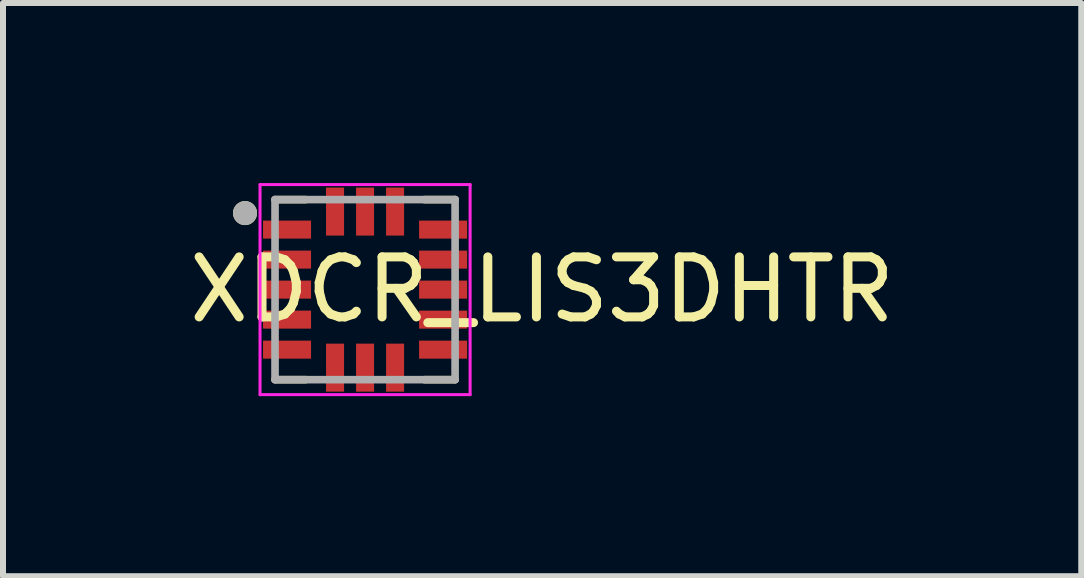
<source format=kicad_pcb>
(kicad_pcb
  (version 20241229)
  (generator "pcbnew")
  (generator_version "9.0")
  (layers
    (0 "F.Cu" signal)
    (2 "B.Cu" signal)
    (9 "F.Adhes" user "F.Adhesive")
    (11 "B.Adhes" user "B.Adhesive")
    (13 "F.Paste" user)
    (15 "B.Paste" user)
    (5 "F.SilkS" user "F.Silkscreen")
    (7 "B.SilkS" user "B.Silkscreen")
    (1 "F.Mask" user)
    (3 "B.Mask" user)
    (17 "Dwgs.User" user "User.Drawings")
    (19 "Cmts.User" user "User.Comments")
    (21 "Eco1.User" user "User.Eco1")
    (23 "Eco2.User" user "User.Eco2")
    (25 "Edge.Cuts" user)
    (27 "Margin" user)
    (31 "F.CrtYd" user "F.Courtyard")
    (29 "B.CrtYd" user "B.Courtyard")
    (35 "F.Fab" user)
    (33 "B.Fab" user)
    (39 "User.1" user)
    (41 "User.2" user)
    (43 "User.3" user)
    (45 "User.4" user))
  (footprint "XDCR_LIS3DHTR"
    (layer "F.Cu")
    (at 3.032 1.775)
    (property "Reference" "XDCR_LIS3DHTR" (at 2.95 0 180) (layer "F.SilkS") (effects (font (size 1 1) (thickness 0.15))))
    (attr smd)
    (fp_line (start -1.5 1.5) (end -0.99 1.5) (stroke (width 0.127) (type solid)) (layer "F.SilkS"))
    (fp_line (start -0.99 -1.5) (end -1.5 -1.5) (stroke (width 0.127) (type solid)) (layer "F.SilkS"))
    (fp_line (start 0.99 -1.5) (end 1.5 -1.5) (stroke (width 0.127) (type solid)) (layer "F.SilkS"))
    (fp_line (start 0.99 1.5) (end 1.5 1.5) (stroke (width 0.127) (type solid)) (layer "F.SilkS"))
    (fp_circle (center -2 -1.275) (end -1.9 -1.275) (stroke (width 0.2) (type solid)) (fill no) (layer "F.SilkS"))
    (fp_line (start -1.75 -1.75) (end -1.75 1.75) (stroke (width 0.05) (type solid)) (layer "F.CrtYd"))
    (fp_line (start -1.75 1.75) (end 1.75 1.75) (stroke (width 0.05) (type solid)) (layer "F.CrtYd"))
    (fp_line (start 1.75 -1.75) (end -1.75 -1.75) (stroke (width 0.05) (type solid)) (layer "F.CrtYd"))
    (fp_line (start 1.75 1.75) (end 1.75 -1.75) (stroke (width 0.05) (type solid)) (layer "F.CrtYd"))
    (fp_line (start -1.5 -1.5) (end -1.5 1.5) (stroke (width 0.127) (type solid)) (layer "F.Fab"))
    (fp_line (start -1.5 1.5) (end 1.5 1.5) (stroke (width 0.127) (type solid)) (layer "F.Fab"))
    (fp_line (start 1.5 -1.5) (end -1.5 -1.5) (stroke (width 0.127) (type solid)) (layer "F.Fab"))
    (fp_line (start 1.5 1.5) (end 1.5 -1.5) (stroke (width 0.127) (type solid)) (layer "F.Fab"))
    (fp_circle (center -2 -1.275) (end -1.9 -1.275) (stroke (width 0.2) (type solid)) (fill no) (layer "F.Fab"))
    (pad "1" smd rect (at -1.3 -1 180) (size 0.8 0.3) (layers "F.Cu" "F.Mask" "F.Paste"))
    (pad "2" smd rect (at -1.3 -0.5 180) (size 0.8 0.3) (layers "F.Cu" "F.Mask" "F.Paste"))
    (pad "3" smd rect (at -1.3 0 180) (size 0.8 0.3) (layers "F.Cu" "F.Mask" "F.Paste"))
    (pad "4" smd rect (at -1.3 0.5 180) (size 0.8 0.3) (layers "F.Cu" "F.Mask" "F.Paste"))
    (pad "5" smd rect (at -1.3 1 180) (size 0.8 0.3) (layers "F.Cu" "F.Mask" "F.Paste"))
    (pad "6" smd rect (at -0.5 1.3 90) (size 0.8 0.3) (layers "F.Cu" "F.Mask" "F.Paste"))
    (pad "7" smd rect (at 0 1.3 90) (size 0.8 0.3) (layers "F.Cu" "F.Mask" "F.Paste"))
    (pad "8" smd rect (at 0.5 1.3 90) (size 0.8 0.3) (layers "F.Cu" "F.Mask" "F.Paste"))
    (pad "9" smd rect (at 1.3 1) (size 0.8 0.3) (layers "F.Cu" "F.Mask" "F.Paste"))
    (pad "10" smd rect (at 1.3 0.5) (size 0.8 0.3) (layers "F.Cu" "F.Mask" "F.Paste"))
    (pad "11" smd rect (at 1.3 0) (size 0.8 0.3) (layers "F.Cu" "F.Mask" "F.Paste"))
    (pad "12" smd rect (at 1.3 -0.5) (size 0.8 0.3) (layers "F.Cu" "F.Mask" "F.Paste"))
    (pad "13" smd rect (at 1.3 -1) (size 0.8 0.3) (layers "F.Cu" "F.Mask" "F.Paste"))
    (pad "14" smd rect (at 0.5 -1.3 90) (size 0.8 0.3) (layers "F.Cu" "F.Mask" "F.Paste"))
    (pad "15" smd rect (at 0 -1.3 90) (size 0.8 0.3) (layers "F.Cu" "F.Mask" "F.Paste"))
    (pad "16" smd rect (at -0.5 -1.3 90) (size 0.8 0.3) (layers "F.Cu" "F.Mask" "F.Paste")))
  (gr_rect
    (start -3 -3)
    (end 14.964 6.55)
    (stroke (width 0.1) (type default))
    (fill no)
    (layer "Edge.Cuts")))
</source>
